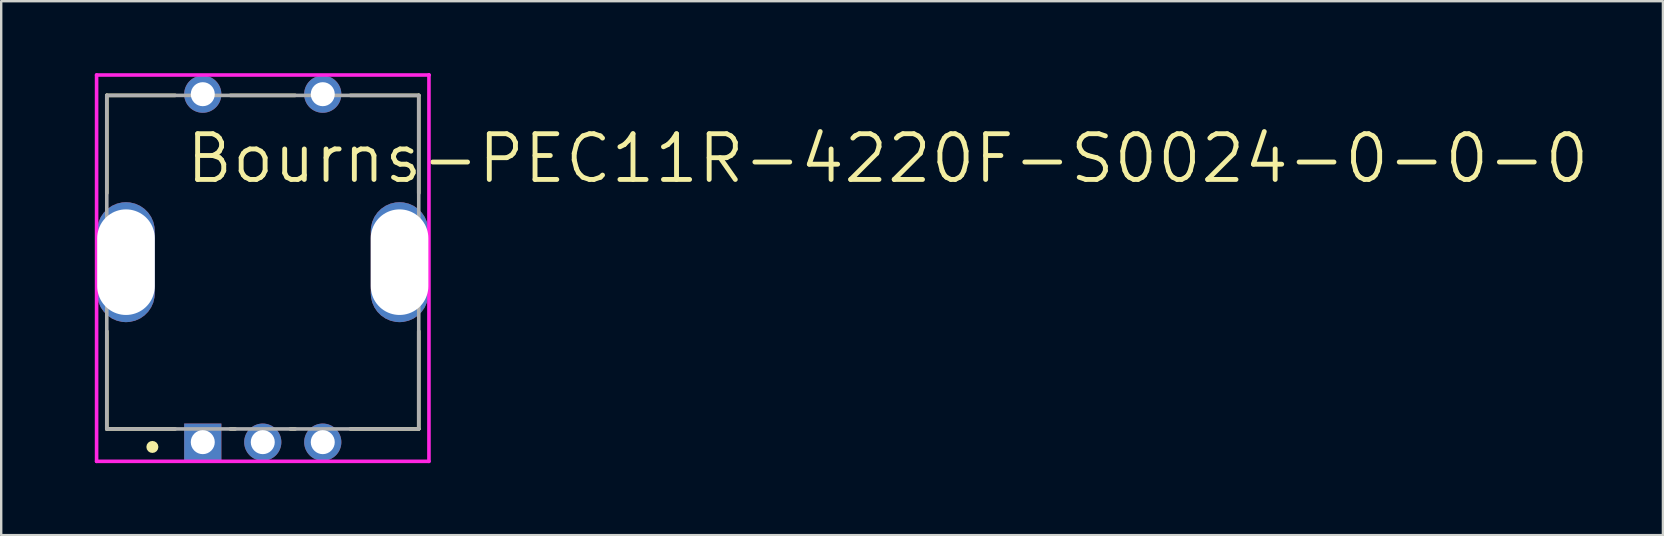
<source format=kicad_pcb>
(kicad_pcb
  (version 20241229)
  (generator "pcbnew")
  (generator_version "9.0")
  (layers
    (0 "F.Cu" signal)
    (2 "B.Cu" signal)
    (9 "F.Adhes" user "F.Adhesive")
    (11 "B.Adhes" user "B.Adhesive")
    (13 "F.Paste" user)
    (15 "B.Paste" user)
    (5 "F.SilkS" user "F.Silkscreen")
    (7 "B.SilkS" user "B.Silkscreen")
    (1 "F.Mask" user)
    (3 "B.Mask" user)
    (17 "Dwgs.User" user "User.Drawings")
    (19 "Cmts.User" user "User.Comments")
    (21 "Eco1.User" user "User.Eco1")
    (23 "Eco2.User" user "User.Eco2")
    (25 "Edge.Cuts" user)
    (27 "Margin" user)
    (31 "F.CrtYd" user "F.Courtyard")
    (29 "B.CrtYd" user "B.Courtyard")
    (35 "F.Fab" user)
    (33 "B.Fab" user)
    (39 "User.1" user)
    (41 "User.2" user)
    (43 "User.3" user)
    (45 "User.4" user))
  (footprint "Bourns-PEC11R-4220F-S0024-0-0-0"
    (layer "F.Cu")
    (at 7.9 7.875)
    (property "Reference" "Bourns-PEC11R-4220F-S0024-0-0-0" (at -3.302 -4.318 0) (layer "F.SilkS") (effects (font (size 1.905 1.905) (thickness 0.203)) (justify left)))
    (attr through_hole)
    (fp_line (start -6.5 -6.95) (end -3.65 -6.95) (stroke (width 0.15) (type solid)) (layer "F.SilkS"))
    (fp_line (start -6.5 -2.875) (end -6.5 -6.95) (stroke (width 0.15) (type solid)) (layer "F.SilkS"))
    (fp_line (start -6.5 6.95) (end -6.5 2.875) (stroke (width 0.15) (type solid)) (layer "F.SilkS"))
    (fp_line (start -6.5 6.95) (end -3.65 6.95) (stroke (width 0.15) (type solid)) (layer "F.SilkS"))
    (fp_line (start -1.35 -6.95) (end 1.35 -6.95) (stroke (width 0.15) (type solid)) (layer "F.SilkS"))
    (fp_line (start -1.35 6.95) (end -1.15 6.95) (stroke (width 0.15) (type solid)) (layer "F.SilkS"))
    (fp_line (start 1.15 6.95) (end 1.35 6.95) (stroke (width 0.15) (type solid)) (layer "F.SilkS"))
    (fp_line (start 3.65 -6.95) (end 6.5 -6.95) (stroke (width 0.15) (type solid)) (layer "F.SilkS"))
    (fp_line (start 3.65 6.95) (end 6.5 6.95) (stroke (width 0.15) (type solid)) (layer "F.SilkS"))
    (fp_line (start 6.5 -2.875) (end 6.5 -6.95) (stroke (width 0.15) (type solid)) (layer "F.SilkS"))
    (fp_line (start 6.5 6.95) (end 6.5 2.875) (stroke (width 0.15) (type solid)) (layer "F.SilkS"))
    (fp_circle (center -4.6 7.7) (end -4.475 7.7) (stroke (width 0.25) (type solid)) (fill no) (layer "F.SilkS"))
    (fp_line (start -6.925 -7.8) (end -6.925 8.3) (stroke (width 0.15) (type solid)) (layer "F.CrtYd"))
    (fp_line (start -6.925 8.3) (end 6.925 8.3) (stroke (width 0.15) (type solid)) (layer "F.CrtYd"))
    (fp_line (start 6.925 -7.8) (end -6.925 -7.8) (stroke (width 0.15) (type solid)) (layer "F.CrtYd"))
    (fp_line (start 6.925 -7.8) (end 6.925 -7.8) (stroke (width 0.15) (type solid)) (layer "F.CrtYd"))
    (fp_line (start 6.925 8.3) (end 6.925 -7.8) (stroke (width 0.15) (type solid)) (layer "F.CrtYd"))
    (fp_line (start -6.5 -6.95) (end 6.5 -6.95) (stroke (width 0.15) (type solid)) (layer "F.Fab"))
    (fp_line (start -6.5 6.95) (end -6.5 -6.95) (stroke (width 0.15) (type solid)) (layer "F.Fab"))
    (fp_line (start 6.5 -6.95) (end 6.5 6.95) (stroke (width 0.15) (type solid)) (layer "F.Fab"))
    (fp_line (start 6.5 6.95) (end -6.5 6.95) (stroke (width 0.15) (type solid)) (layer "F.Fab"))
    (pad "1" thru_hole circle (at -2.5 -7) (size 1.55 1.55) (drill 1) (layers "*.Cu"))
    (pad "2" thru_hole circle (at 2.5 -7) (size 1.55 1.55) (drill 1) (layers "*.Cu"))
    (pad "3" thru_hole roundrect (at -5.7 0) (size 2.4 5) (drill oval 4.4) (layers "*.Cu") (roundrect_rratio 0.5))
    (pad "4" thru_hole roundrect (at 5.7 0) (size 2.4 5) (drill oval 4.4) (layers "*.Cu") (roundrect_rratio 0.5))
    (pad "A" thru_hole rect (at -2.5 7.5) (size 1.55 1.55) (drill 1) (layers "*.Cu"))
    (pad "B" thru_hole circle (at 2.5 7.5) (size 1.55 1.55) (drill 1) (layers "*.Cu"))
    (pad "C" thru_hole circle (at 0 7.5) (size 1.55 1.55) (drill 1) (layers "*.Cu")))
  (gr_rect
    (start -3 -3)
    (end 66.247 19.25)
    (stroke (width 0.1) (type default))
    (fill no)
    (layer "Edge.Cuts")))
</source>
